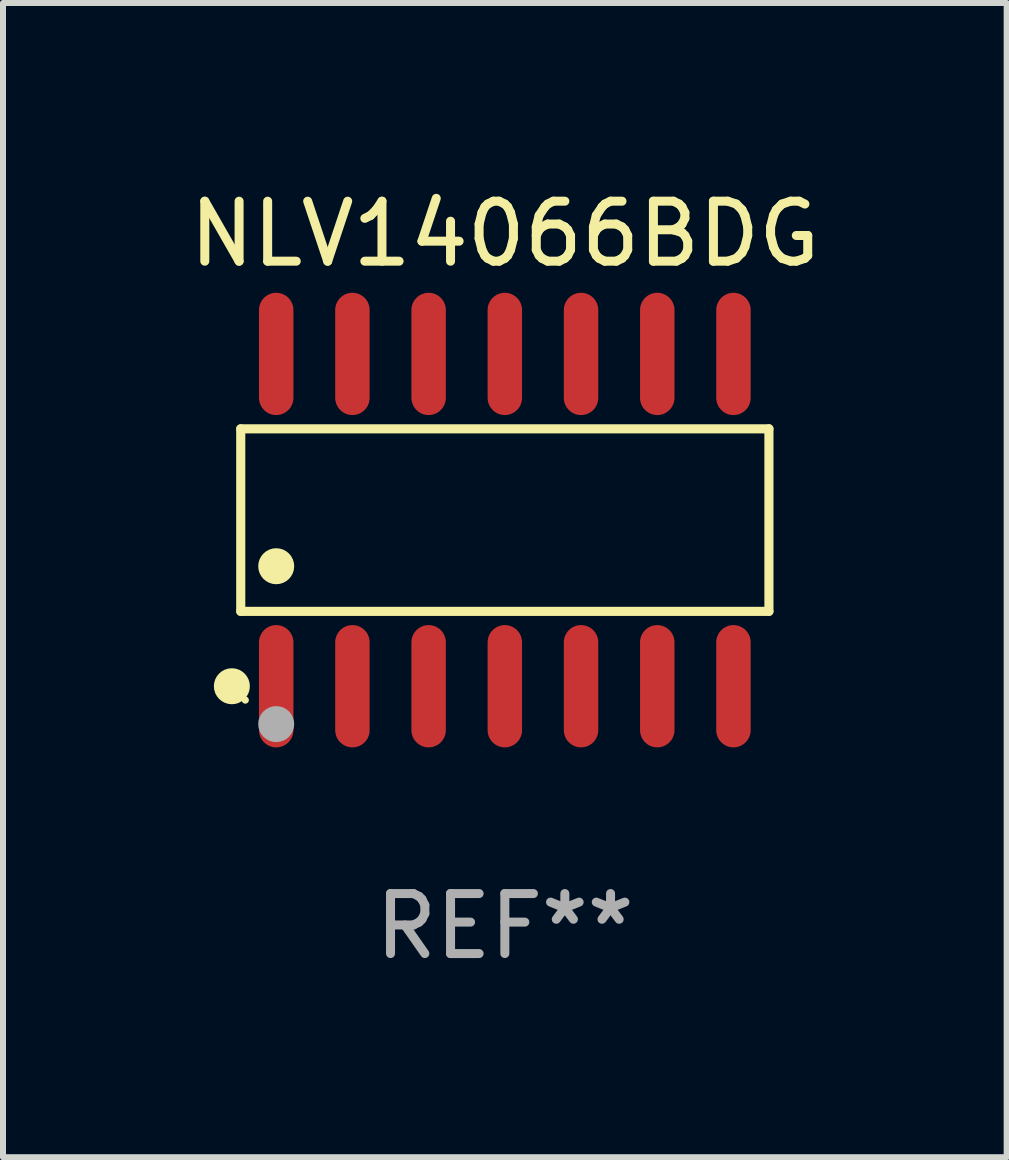
<source format=kicad_pcb>
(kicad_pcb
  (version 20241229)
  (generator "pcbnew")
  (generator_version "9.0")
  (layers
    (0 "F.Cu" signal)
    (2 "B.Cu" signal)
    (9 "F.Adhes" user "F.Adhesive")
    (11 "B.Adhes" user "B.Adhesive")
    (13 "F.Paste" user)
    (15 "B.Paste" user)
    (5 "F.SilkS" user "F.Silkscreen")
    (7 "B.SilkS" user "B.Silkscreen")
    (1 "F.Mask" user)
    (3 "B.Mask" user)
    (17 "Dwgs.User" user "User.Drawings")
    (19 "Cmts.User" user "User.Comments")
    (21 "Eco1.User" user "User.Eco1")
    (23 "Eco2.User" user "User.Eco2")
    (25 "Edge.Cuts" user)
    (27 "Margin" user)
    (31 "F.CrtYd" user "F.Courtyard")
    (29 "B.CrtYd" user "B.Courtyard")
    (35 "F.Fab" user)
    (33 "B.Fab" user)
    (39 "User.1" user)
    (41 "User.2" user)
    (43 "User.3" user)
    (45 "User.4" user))
  (footprint "NLV14066BDG"
    (layer "F.Cu")
    (at 5.363 5.617)
    (property "Reference" "NLV14066BDG" (at 0 -4.769 0) (layer "F.SilkS") (effects (font (size 1 1) (thickness 0.15))))
    (attr through_hole)
    (fp_line (start -4.401 -1.521) (end 4.401 -1.521) (stroke (width 0.152) (type solid)) (layer "F.SilkS"))
    (fp_line (start -4.401 1.521) (end -4.401 -1.521) (stroke (width 0.152) (type solid)) (layer "F.SilkS"))
    (fp_line (start 4.401 -1.521) (end 4.401 1.521) (stroke (width 0.152) (type solid)) (layer "F.SilkS"))
    (fp_line (start 4.401 1.521) (end -4.401 1.521) (stroke (width 0.152) (type solid)) (layer "F.SilkS"))
    (fp_circle (center -4.549 2.769) (end -4.399 2.769) (stroke (width 0.3) (type solid)) (fill no) (layer "F.SilkS"))
    (fp_circle (center -4.325 3) (end -4.295 3) (stroke (width 0.06) (type solid)) (fill no) (layer "F.SilkS"))
    (fp_circle (center -3.81 0.769) (end -3.66 0.769) (stroke (width 0.3) (type solid)) (fill no) (layer "F.SilkS"))
    (fp_circle (center -3.81 3.4) (end -3.66 3.4) (stroke (width 0.3) (type solid)) (fill no) (layer "F.Fab"))
    (fp_text user "REF**" (at 0 6.769 0) (layer "F.Fab") (effects (font (size 1 1) (thickness 0.15))))
    (pad "1" smd oval (at -3.81 2.769) (size 0.574 2.038) (layers "F.Cu" "F.Mask" "F.Paste"))
    (pad "2" smd oval (at -2.54 2.769) (size 0.574 2.038) (layers "F.Cu" "F.Mask" "F.Paste"))
    (pad "3" smd oval (at -1.27 2.769) (size 0.574 2.038) (layers "F.Cu" "F.Mask" "F.Paste"))
    (pad "4" smd oval (at 0 2.769) (size 0.574 2.038) (layers "F.Cu" "F.Mask" "F.Paste"))
    (pad "5" smd oval (at 1.27 2.769) (size 0.574 2.038) (layers "F.Cu" "F.Mask" "F.Paste"))
    (pad "6" smd oval (at 2.54 2.769) (size 0.574 2.038) (layers "F.Cu" "F.Mask" "F.Paste"))
    (pad "7" smd oval (at 3.81 2.769) (size 0.574 2.038) (layers "F.Cu" "F.Mask" "F.Paste"))
    (pad "8" smd oval (at 3.81 -2.769) (size 0.574 2.038) (layers "F.Cu" "F.Mask" "F.Paste"))
    (pad "9" smd oval (at 2.54 -2.769) (size 0.574 2.038) (layers "F.Cu" "F.Mask" "F.Paste"))
    (pad "10" smd oval (at 1.27 -2.769) (size 0.574 2.038) (layers "F.Cu" "F.Mask" "F.Paste"))
    (pad "11" smd oval (at 0 -2.769) (size 0.574 2.038) (layers "F.Cu" "F.Mask" "F.Paste"))
    (pad "12" smd oval (at -1.27 -2.769) (size 0.574 2.038) (layers "F.Cu" "F.Mask" "F.Paste"))
    (pad "13" smd oval (at -2.54 -2.769) (size 0.574 2.038) (layers "F.Cu" "F.Mask" "F.Paste"))
    (pad "14" smd oval (at -3.81 -2.769) (size 0.574 2.038) (layers "F.Cu" "F.Mask" "F.Paste")))
  (gr_rect
    (start -3 -3)
    (end 13.726 16.235)
    (stroke (width 0.1) (type default))
    (fill no)
    (layer "Edge.Cuts")))
</source>
